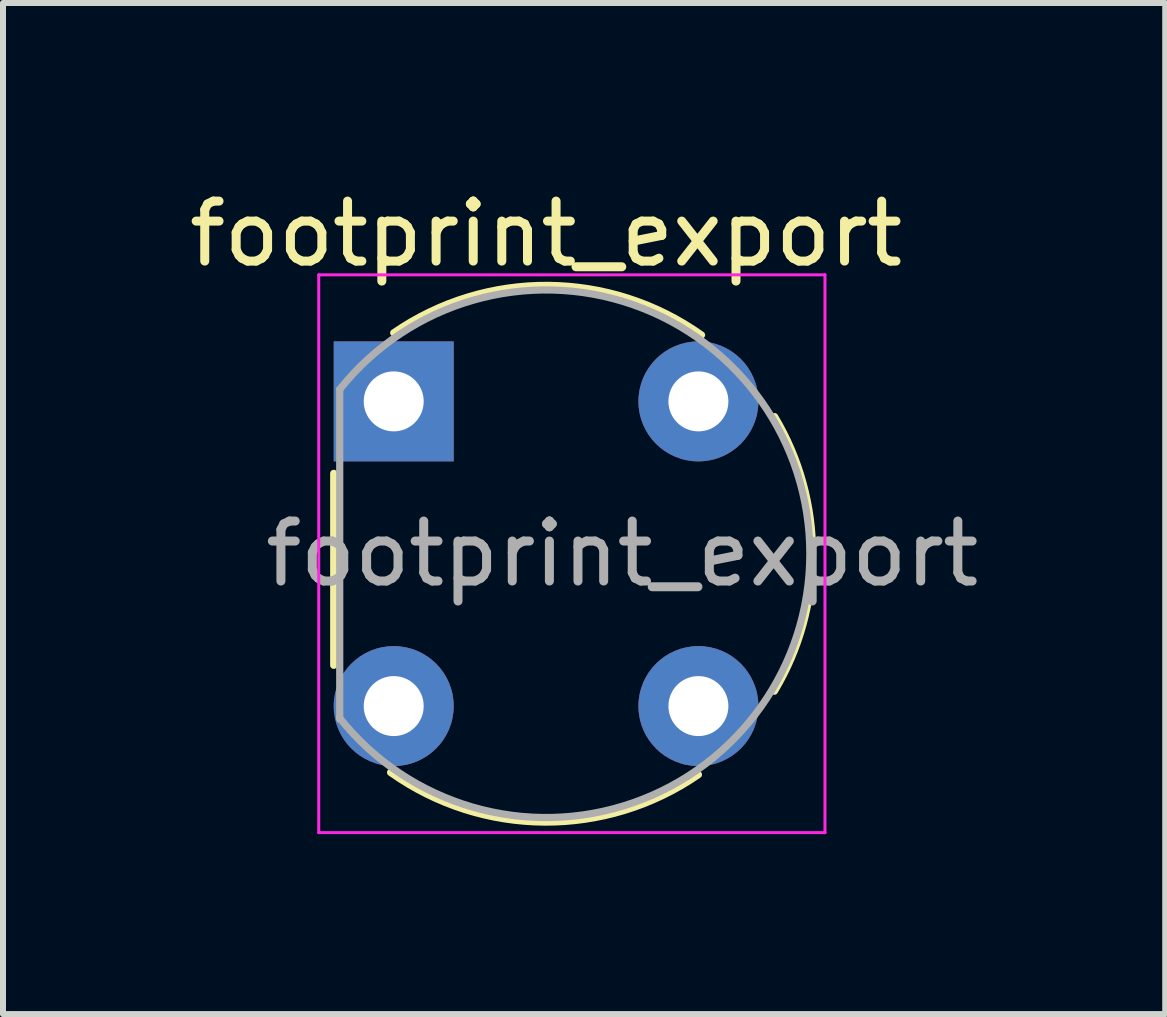
<source format=kicad_pcb>
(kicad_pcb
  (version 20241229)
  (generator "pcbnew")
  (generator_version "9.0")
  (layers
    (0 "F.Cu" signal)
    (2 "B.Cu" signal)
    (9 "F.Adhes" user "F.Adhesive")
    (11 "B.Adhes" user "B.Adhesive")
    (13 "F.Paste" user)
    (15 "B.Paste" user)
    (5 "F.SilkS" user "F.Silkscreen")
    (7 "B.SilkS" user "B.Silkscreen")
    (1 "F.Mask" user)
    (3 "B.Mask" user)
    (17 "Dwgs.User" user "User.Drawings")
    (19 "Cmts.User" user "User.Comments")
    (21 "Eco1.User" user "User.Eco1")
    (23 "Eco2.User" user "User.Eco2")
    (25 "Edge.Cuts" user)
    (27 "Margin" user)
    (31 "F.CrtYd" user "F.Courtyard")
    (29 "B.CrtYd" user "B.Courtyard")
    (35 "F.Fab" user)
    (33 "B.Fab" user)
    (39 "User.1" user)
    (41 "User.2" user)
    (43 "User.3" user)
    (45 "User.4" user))
  (footprint "footprint_export"
    (layer "F.Cu")
    (at 3.514 3.642)
    (property "Reference" "footprint_export" (at 2.54 -2.794 0) (layer "F.SilkS") (effects (font (size 1 1) (thickness 0.15))))
    (attr through_hole)
    (fp_line (start -1 1.2) (end -1 4.4) (stroke (width 0.12) (type solid)) (layer "F.SilkS"))
    (fp_arc (start 0 -1.143) (mid 2.571836 -1.933821) (end 5.132157 -1.106479) (stroke (width 0.12) (type solid)) (layer "F.SilkS"))
    (fp_arc (start 5.08 6.223) (mid 2.508164 7.013821) (end -0.052157 6.186479) (stroke (width 0.12) (type solid)) (layer "F.SilkS"))
    (fp_arc (start 6.35 0.254) (mid 6.983184 2.54281) (end 6.347105 4.830818) (stroke (width 0.12) (type solid)) (layer "F.SilkS"))
    (fp_line (start -1.25 -2.11) (end -1.25 7.19) (stroke (width 0.05) (type solid)) (layer "F.CrtYd"))
    (fp_line (start -1.25 -2.11) (end 7.19 -2.11) (stroke (width 0.05) (type solid)) (layer "F.CrtYd"))
    (fp_line (start 7.19 7.19) (end -1.25 7.19) (stroke (width 0.05) (type solid)) (layer "F.CrtYd"))
    (fp_line (start 7.19 7.19) (end 7.19 -2.11) (stroke (width 0.05) (type solid)) (layer "F.CrtYd"))
    (fp_line (start -0.9 -0.2) (end -0.9 5.3) (stroke (width 0.12) (type solid)) (layer "F.Fab"))
    (fp_arc (start -0.9 -0.2) (mid 6.937862 2.542896) (end -0.903606 5.275467) (stroke (width 0.12) (type solid)) (layer "F.Fab"))
    (fp_text user "${REFERENCE}" (at 3.81 2.54 0) (layer "F.Fab") (effects (font (size 1 1) (thickness 0.15))))
    (pad "1" thru_hole rect (at 0 0) (size 2 2) (drill 1) (layers "*.Cu" "*.Mask"))
    (pad "2" thru_hole oval (at 0 5.08) (size 2 2) (drill 1) (layers "*.Cu" "*.Mask"))
    (pad "3" thru_hole oval (at 5.08 5.08) (size 2 2) (drill 1) (layers "*.Cu" "*.Mask"))
    (pad "4" thru_hole oval (at 5.08 0) (size 2 2) (drill 1) (layers "*.Cu" "*.Mask")))
  (gr_rect
    (start -3 -3)
    (end 16.377 13.857)
    (stroke (width 0.1) (type default))
    (fill no)
    (layer "Edge.Cuts")))
</source>
